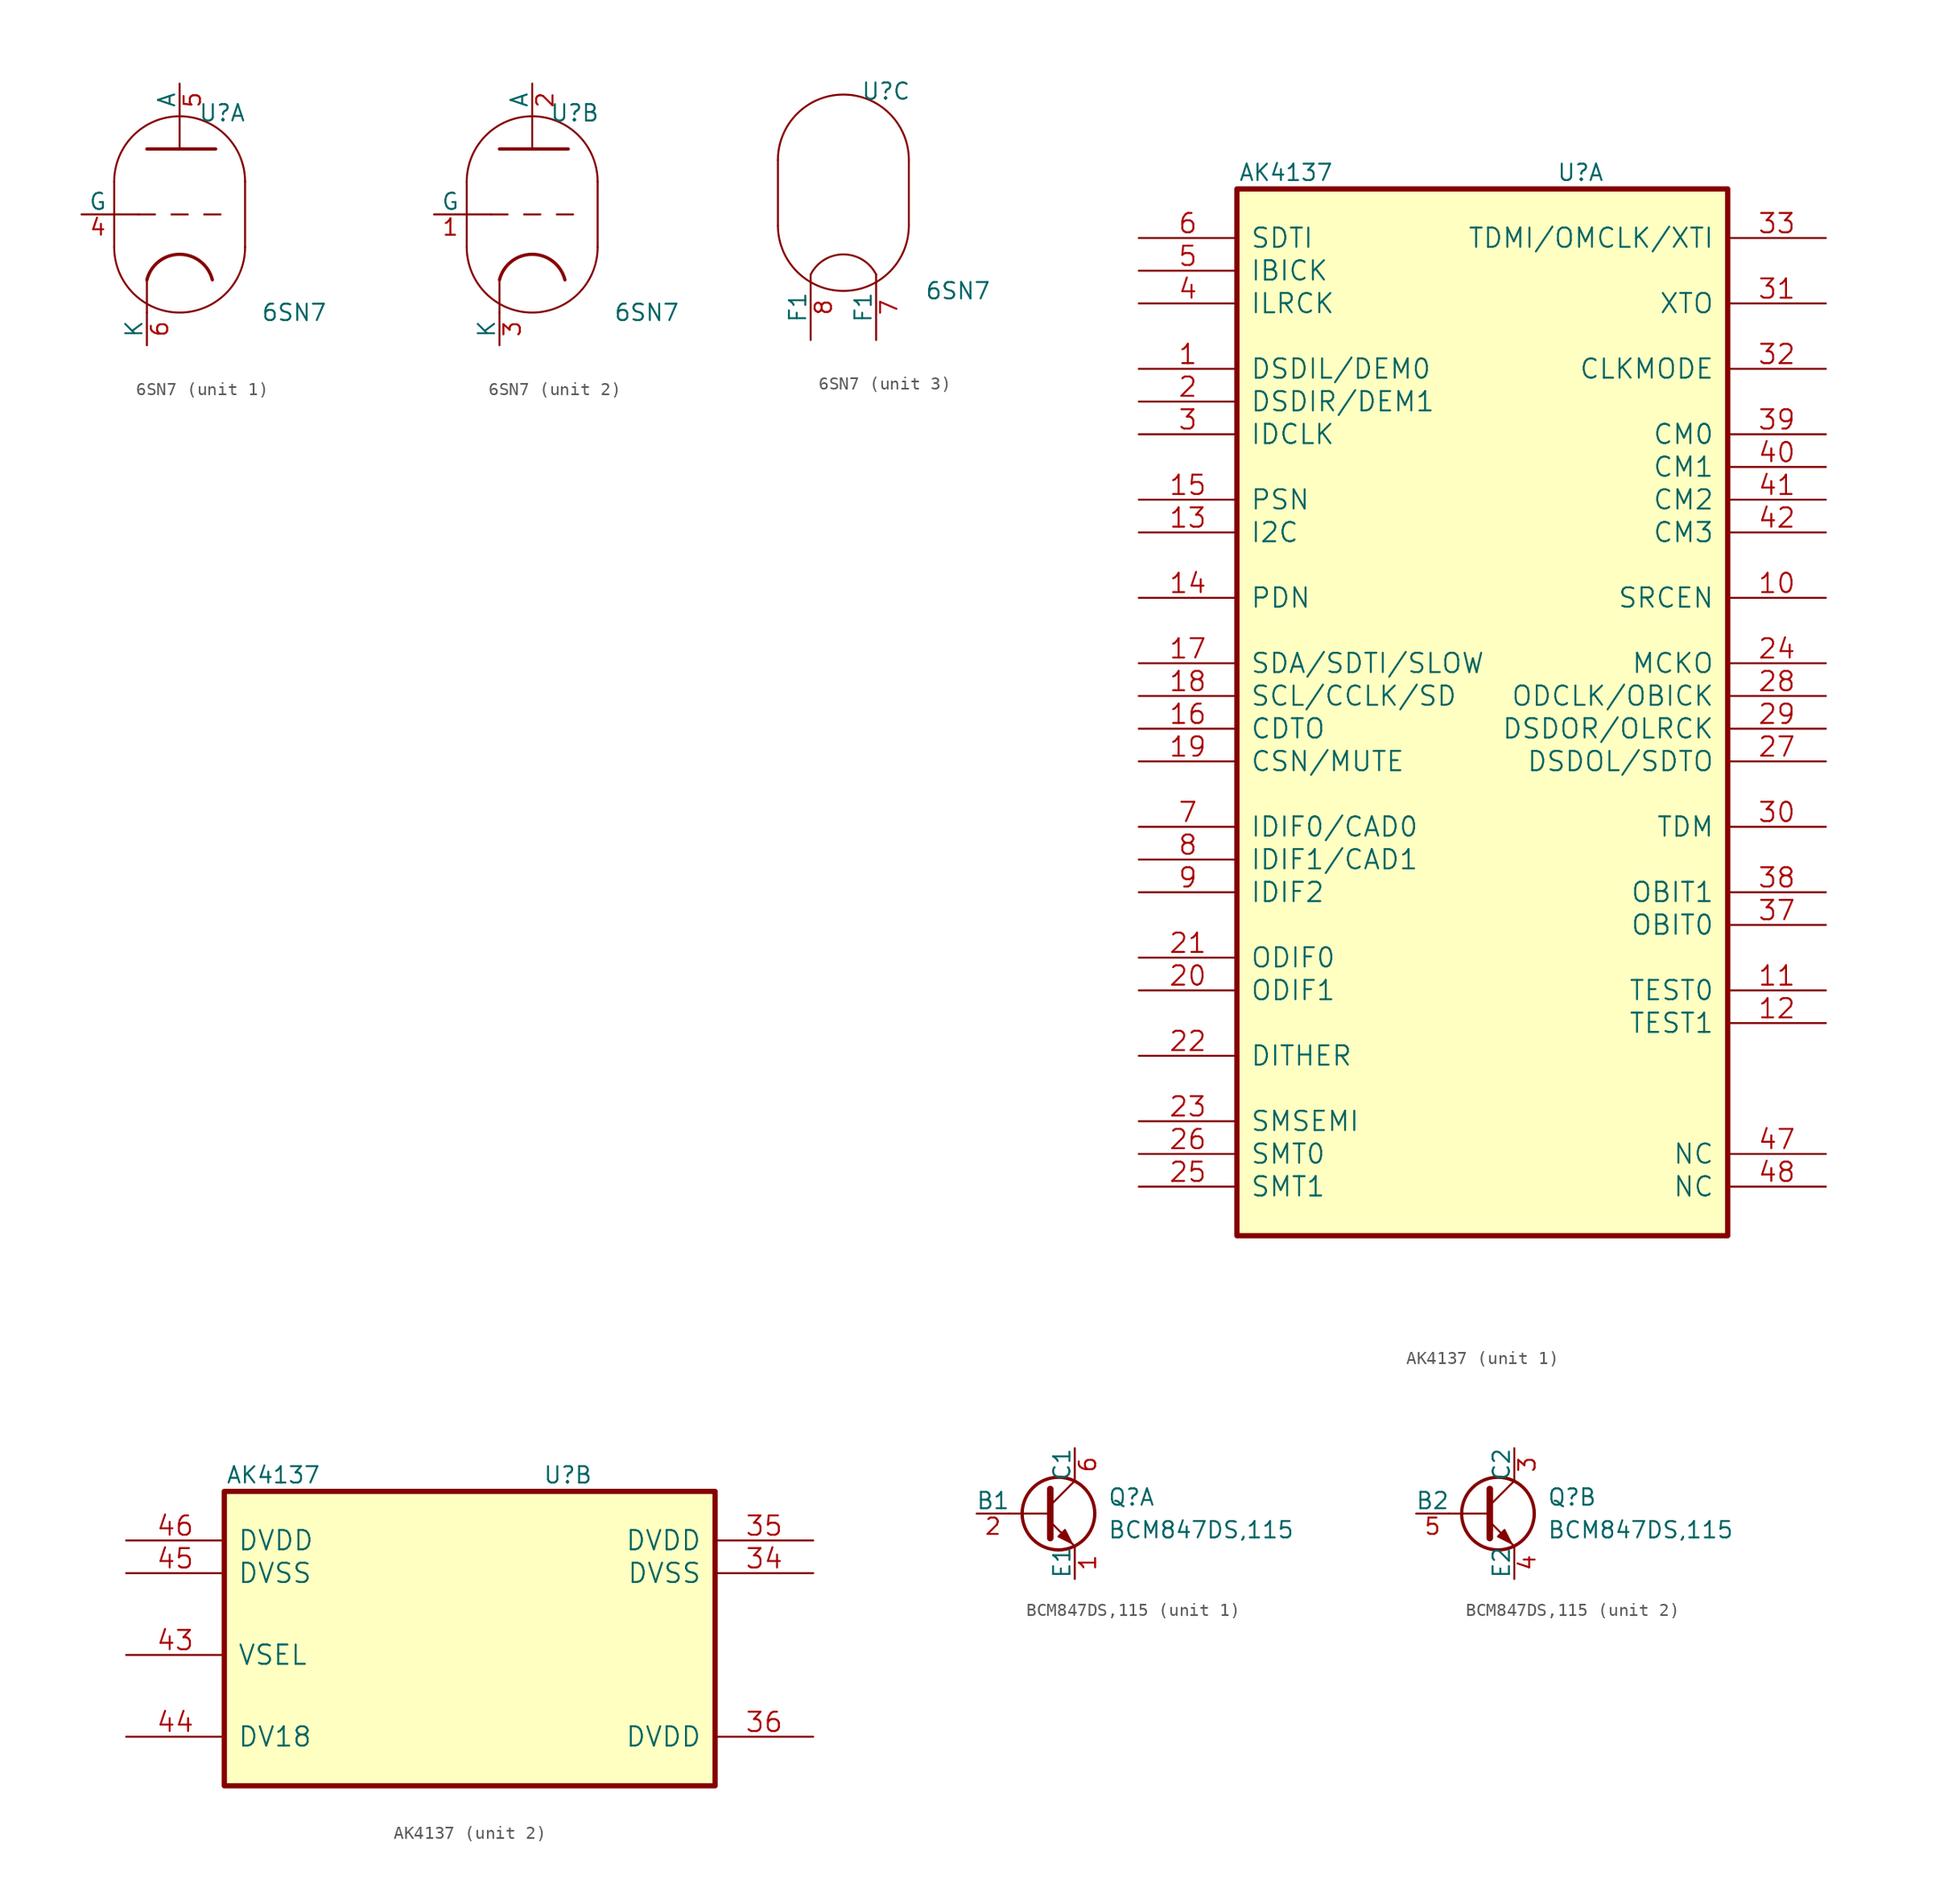
<source format=kicad_sym>
(kicad_symbol_lib
  (version 20231120)
  (generator "kicad_symbol_editor")
  (generator_version "8.0")
  (symbol "6SN7"
    (pin_names
      (offset 0))
    (property "Reference" "U"
      (at 3.302 7.874 0)
      (effects (font (size 1.27 1.27))))
    (property "Value" "6SN7"
      (at 8.89 -7.62 0)
      (effects (font (size 1.27 1.27))))
    (property "ki_locked" ""
      (at 0 0 0)
      (effects (font (size 1.27 1.27))))
    (symbol "6SN7_0_1"
      (arc (start -5.08 -2.54) (mid 0 -7.5979) (end 5.08 -2.54) (stroke (width 0) (type default)) (fill (type none)))
      (polyline (pts (xy 5.08 2.54) (xy 5.08 -2.54)) (stroke (width 0) (type default)) (fill (type none)))
      (polyline (pts (xy -5.08 2.54) (xy -5.08 -2.54) (xy -5.08 -2.54)) (stroke (width 0) (type default)) (fill (type none)))
      (arc (start 5.08 2.54) (mid 0 7.5979) (end -5.08 2.54) (stroke (width 0) (type default)) (fill (type none))))
    (symbol "6SN7_1_0"
      (polyline (pts (xy -2.54 -5.08) (xy -2.54 -7.62)) (stroke (width 0) (type default)) (fill (type none)))
      (polyline (pts (xy 0 5.08) (xy 0 7.62)) (stroke (width 0) (type default)) (fill (type none))))
    (symbol "6SN7_1_1"
      (polyline (pts (xy -5.08 0) (xy -3.175 0)) (stroke (width 0) (type default)) (fill (type none)))
      (polyline (pts (xy -1.905 0) (xy -3.175 0)) (stroke (width 0.152) (type default)) (fill (type none)))
      (polyline (pts (xy -0.635 0) (xy 0.635 0)) (stroke (width 0.152) (type default)) (fill (type none)))
      (polyline (pts (xy 1.905 0) (xy 3.175 0)) (stroke (width 0.152) (type default)) (fill (type none)))
      (polyline (pts (xy -2.54 5.08) (xy 2.794 5.08) (xy 2.794 5.08)) (stroke (width 0.254) (type default)) (fill (type none)))
      (arc (start 2.54 -5.08) (mid 0 -3.0968) (end -2.54 -5.08) (stroke (width 0.254) (type default)) (fill (type none)))
      (pin input line (at -7.62 0 0) (length 2.54) (name "G" (effects (font (size 1.27 1.27)))) (number "4" (effects (font (size 1.27 1.27)))))
      (pin output line (at 0 10.16 270) (length 2.54) (name "A" (effects (font (size 1.27 1.27)))) (number "5" (effects (font (size 1.27 1.27)))))
      (pin bidirectional line (at -2.54 -10.16 90) (length 2.54) (name "K" (effects (font (size 1.27 1.27)))) (number "6" (effects (font (size 1.27 1.27))))))
    (symbol "6SN7_2_0"
      (polyline (pts (xy -2.54 -5.08) (xy -2.54 -7.62)) (stroke (width 0) (type default)) (fill (type none)))
      (polyline (pts (xy 0 5.08) (xy 0 7.62)) (stroke (width 0) (type default)) (fill (type none))))
    (symbol "6SN7_2_1"
      (polyline (pts (xy -5.08 0) (xy -3.175 0)) (stroke (width 0) (type default)) (fill (type none)))
      (polyline (pts (xy -1.905 0) (xy -3.175 0)) (stroke (width 0.152) (type default)) (fill (type none)))
      (polyline (pts (xy -0.635 0) (xy 0.635 0)) (stroke (width 0.152) (type default)) (fill (type none)))
      (polyline (pts (xy 1.905 0) (xy 3.175 0)) (stroke (width 0.152) (type default)) (fill (type none)))
      (polyline (pts (xy -2.54 5.08) (xy 2.794 5.08) (xy 2.794 5.08)) (stroke (width 0.254) (type default)) (fill (type none)))
      (arc (start 2.54 -5.08) (mid 0 -3.0968) (end -2.54 -5.08) (stroke (width 0.254) (type default)) (fill (type none)))
      (pin input line (at -7.62 0 0) (length 2.54) (name "G" (effects (font (size 1.27 1.27)))) (number "1" (effects (font (size 1.27 1.27)))))
      (pin output line (at 0 10.16 270) (length 2.54) (name "A" (effects (font (size 1.27 1.27)))) (number "2" (effects (font (size 1.27 1.27)))))
      (pin bidirectional line (at -2.54 -10.16 90) (length 2.54) (name "K" (effects (font (size 1.27 1.27)))) (number "3" (effects (font (size 1.27 1.27))))))
    (symbol "6SN7_3_1"
      (arc (start 2.54 -6.35) (mid 0 -4.7847) (end -2.54 -6.35) (stroke (width 0) (type default)) (fill (type none)))
      (pin power_in line (at 2.54 -11.43 90) (length 5.08) (name "F1" (effects (font (size 1.27 1.27)))) (number "7" (effects (font (size 1.27 1.27)))))
      (pin power_in line (at -2.54 -11.43 90) (length 5.08) (name "F1" (effects (font (size 1.27 1.27)))) (number "8" (effects (font (size 1.27 1.27)))))))
  (symbol "AK4137"
    (pin_names
      (offset 1.016))
    (property "Reference" "U"
      (at 34.29 5.08 0)
      (effects (font (size 1.27 1.27))))
    (property "Value" "AK4137"
      (at 11.43 5.08 0)
      (effects (font (size 1.27 1.27))))
    (property "ki_locked" ""
      (at 0 0 0)
      (effects (font (size 1.27 1.27))))
    (symbol "AK4137_1_1"
      (rectangle (start 7.62 3.81) (end 45.72 -77.47) (stroke (width 0.406) (type solid)) (fill (type background)))
      (pin input line (at 0 -10.16 0) (length 7.62) (name "DSDIL/DEM0" (effects (font (size 1.499 1.499)))) (number "1" (effects (font (size 1.499 1.499)))))
      (pin input line (at 53.34 -27.94 180) (length 7.62) (name "SRCEN" (effects (font (size 1.499 1.499)))) (number "10" (effects (font (size 1.499 1.499)))))
      (pin input line (at 53.34 -58.42 180) (length 7.62) (name "TEST0" (effects (font (size 1.499 1.499)))) (number "11" (effects (font (size 1.499 1.499)))))
      (pin input line (at 53.34 -60.96 180) (length 7.62) (name "TEST1" (effects (font (size 1.499 1.499)))) (number "12" (effects (font (size 1.499 1.499)))))
      (pin input line (at 0 -22.86 0) (length 7.62) (name "I2C" (effects (font (size 1.499 1.499)))) (number "13" (effects (font (size 1.499 1.499)))))
      (pin input line (at 0 -27.94 0) (length 7.62) (name "PDN" (effects (font (size 1.499 1.499)))) (number "14" (effects (font (size 1.499 1.499)))))
      (pin input line (at 0 -20.32 0) (length 7.62) (name "PSN" (effects (font (size 1.499 1.499)))) (number "15" (effects (font (size 1.499 1.499)))))
      (pin output line (at 0 -38.1 0) (length 7.62) (name "CDTO" (effects (font (size 1.499 1.499)))) (number "16" (effects (font (size 1.499 1.499)))))
      (pin bidirectional line (at 0 -33.02 0) (length 7.62) (name "SDA/SDTI/SLOW" (effects (font (size 1.499 1.499)))) (number "17" (effects (font (size 1.499 1.499)))))
      (pin output line (at 0 -35.56 0) (length 7.62) (name "SCL/CCLK/SD" (effects (font (size 1.499 1.499)))) (number "18" (effects (font (size 1.499 1.499)))))
      (pin input line (at 0 -40.64 0) (length 7.62) (name "CSN/MUTE" (effects (font (size 1.499 1.499)))) (number "19" (effects (font (size 1.499 1.499)))))
      (pin input line (at 0 -12.7 0) (length 7.62) (name "DSDIR/DEM1" (effects (font (size 1.499 1.499)))) (number "2" (effects (font (size 1.499 1.499)))))
      (pin input line (at 0 -58.42 0) (length 7.62) (name "ODIF1" (effects (font (size 1.499 1.499)))) (number "20" (effects (font (size 1.499 1.499)))))
      (pin input line (at 0 -55.88 0) (length 7.62) (name "ODIF0" (effects (font (size 1.499 1.499)))) (number "21" (effects (font (size 1.499 1.499)))))
      (pin input line (at 0 -63.5 0) (length 7.62) (name "DITHER" (effects (font (size 1.499 1.499)))) (number "22" (effects (font (size 1.499 1.499)))))
      (pin input line (at 0 -68.58 0) (length 7.62) (name "SMSEMI" (effects (font (size 1.499 1.499)))) (number "23" (effects (font (size 1.499 1.499)))))
      (pin output line (at 53.34 -33.02 180) (length 7.62) (name "MCKO" (effects (font (size 1.499 1.499)))) (number "24" (effects (font (size 1.499 1.499)))))
      (pin input line (at 0 -73.66 0) (length 7.62) (name "SMT1" (effects (font (size 1.499 1.499)))) (number "25" (effects (font (size 1.499 1.499)))))
      (pin input line (at 0 -71.12 0) (length 7.62) (name "SMT0" (effects (font (size 1.499 1.499)))) (number "26" (effects (font (size 1.499 1.499)))))
      (pin output line (at 53.34 -40.64 180) (length 7.62) (name "DSDOL/SDTO" (effects (font (size 1.499 1.499)))) (number "27" (effects (font (size 1.499 1.499)))))
      (pin output line (at 53.34 -35.56 180) (length 7.62) (name "ODCLK/OBICK" (effects (font (size 1.499 1.499)))) (number "28" (effects (font (size 1.499 1.499)))))
      (pin output line (at 53.34 -38.1 180) (length 7.62) (name "DSDOR/OLRCK" (effects (font (size 1.499 1.499)))) (number "29" (effects (font (size 1.499 1.499)))))
      (pin input line (at 0 -15.24 0) (length 7.62) (name "IDCLK" (effects (font (size 1.499 1.499)))) (number "3" (effects (font (size 1.499 1.499)))))
      (pin input line (at 53.34 -45.72 180) (length 7.62) (name "TDM" (effects (font (size 1.499 1.499)))) (number "30" (effects (font (size 1.499 1.499)))))
      (pin output line (at 53.34 -5.08 180) (length 7.62) (name "XTO" (effects (font (size 1.499 1.499)))) (number "31" (effects (font (size 1.499 1.499)))))
      (pin input line (at 53.34 -10.16 180) (length 7.62) (name "CLKMODE" (effects (font (size 1.499 1.499)))) (number "32" (effects (font (size 1.499 1.499)))))
      (pin input line (at 53.34 0 180) (length 7.62) (name "TDMI/OMCLK/XTI" (effects (font (size 1.499 1.499)))) (number "33" (effects (font (size 1.499 1.499)))))
      (pin input line (at 53.34 -53.34 180) (length 7.62) (name "OBIT0" (effects (font (size 1.499 1.499)))) (number "37" (effects (font (size 1.499 1.499)))))
      (pin input line (at 53.34 -50.8 180) (length 7.62) (name "OBIT1" (effects (font (size 1.499 1.499)))) (number "38" (effects (font (size 1.499 1.499)))))
      (pin input line (at 53.34 -15.24 180) (length 7.62) (name "CM0" (effects (font (size 1.499 1.499)))) (number "39" (effects (font (size 1.499 1.499)))))
      (pin input line (at 0 -5.08 0) (length 7.62) (name "ILRCK" (effects (font (size 1.499 1.499)))) (number "4" (effects (font (size 1.499 1.499)))))
      (pin input line (at 53.34 -17.78 180) (length 7.62) (name "CM1" (effects (font (size 1.499 1.499)))) (number "40" (effects (font (size 1.499 1.499)))))
      (pin input line (at 53.34 -20.32 180) (length 7.62) (name "CM2" (effects (font (size 1.499 1.499)))) (number "41" (effects (font (size 1.499 1.499)))))
      (pin input line (at 53.34 -22.86 180) (length 7.62) (name "CM3" (effects (font (size 1.499 1.499)))) (number "42" (effects (font (size 1.499 1.499)))))
      (pin passive line (at 53.34 -71.12 180) (length 7.62) (name "NC" (effects (font (size 1.499 1.499)))) (number "47" (effects (font (size 1.499 1.499)))))
      (pin passive line (at 53.34 -73.66 180) (length 7.62) (name "NC" (effects (font (size 1.499 1.499)))) (number "48" (effects (font (size 1.499 1.499)))))
      (pin input line (at 0 -2.54 0) (length 7.62) (name "IBICK" (effects (font (size 1.499 1.499)))) (number "5" (effects (font (size 1.499 1.499)))))
      (pin input line (at 0 0 0) (length 7.62) (name "SDTI" (effects (font (size 1.499 1.499)))) (number "6" (effects (font (size 1.499 1.499)))))
      (pin input line (at 0 -45.72 0) (length 7.62) (name "IDIF0/CAD0" (effects (font (size 1.499 1.499)))) (number "7" (effects (font (size 1.499 1.499)))))
      (pin input line (at 0 -48.26 0) (length 7.62) (name "IDIF1/CAD1" (effects (font (size 1.499 1.499)))) (number "8" (effects (font (size 1.499 1.499)))))
      (pin input line (at 0 -50.8 0) (length 7.62) (name "IDIF2" (effects (font (size 1.499 1.499)))) (number "9" (effects (font (size 1.499 1.499))))))
    (symbol "AK4137_2_1"
      (rectangle (start 7.62 3.81) (end 45.72 -19.05) (stroke (width 0.406) (type solid)) (fill (type background)))
      (pin power_in line (at 53.34 -2.54 180) (length 7.62) (name "DVSS" (effects (font (size 1.499 1.499)))) (number "34" (effects (font (size 1.499 1.499)))))
      (pin power_in line (at 53.34 0 180) (length 7.62) (name "DVDD" (effects (font (size 1.499 1.499)))) (number "35" (effects (font (size 1.499 1.499)))))
      (pin power_in line (at 53.34 -15.24 180) (length 7.62) (name "DVDD" (effects (font (size 1.499 1.499)))) (number "36" (effects (font (size 1.499 1.499)))))
      (pin input line (at 0 -8.89 0) (length 7.62) (name "VSEL" (effects (font (size 1.499 1.499)))) (number "43" (effects (font (size 1.499 1.499)))))
      (pin power_in line (at 0 -15.24 0) (length 7.62) (name "DV18" (effects (font (size 1.499 1.499)))) (number "44" (effects (font (size 1.499 1.499)))))
      (pin power_in line (at 0 -2.54 0) (length 7.62) (name "DVSS" (effects (font (size 1.499 1.499)))) (number "45" (effects (font (size 1.499 1.499)))))
      (pin power_in line (at 0 0 0) (length 7.62) (name "DVDD" (effects (font (size 1.499 1.499)))) (number "46" (effects (font (size 1.499 1.499)))))))
  (symbol "BCM847DS,115"
    (pin_names
      (offset 0))
    (property "Reference" "Q"
      (at 5.08 1.27 0)
      (effects (font (size 1.27 1.27)) (justify left)))
    (property "Value" "BCM847DS,115"
      (at 5.08 -1.27 0)
      (effects (font (size 1.27 1.27)) (justify left)))
    (symbol "BCM847DS,115_0_1"
      (polyline (pts (xy 0.635 0) (xy -2.54 0)) (stroke (width 0) (type solid)) (fill (type none)))
      (polyline (pts (xy 0.635 0.635) (xy 2.54 2.54)) (stroke (width 0) (type solid)) (fill (type none)))
      (polyline (pts (xy 0.635 -0.635) (xy 2.54 -2.54) (xy 2.54 -2.54)) (stroke (width 0) (type solid)) (fill (type none)))
      (polyline (pts (xy 0.635 1.905) (xy 0.635 -1.905) (xy 0.635 -1.905)) (stroke (width 0.508) (type solid)) (fill (type none)))
      (polyline (pts (xy 1.27 -1.778) (xy 1.778 -1.27) (xy 2.286 -2.286) (xy 1.27 -1.778) (xy 1.27 -1.778)) (stroke (width 0) (type solid)) (fill (type outline)))
      (circle (center 1.27 0) (radius 2.819) (stroke (width 0.254) (type solid)) (fill (type none))))
    (symbol "BCM847DS,115_1_1"
      (pin passive line (at 2.54 -5.08 90) (length 2.54) (name "E1" (effects (font (size 1.27 1.27)))) (number "1" (effects (font (size 1.27 1.27)))))
      (pin input line (at -5.08 0 0) (length 2.54) (name "B1" (effects (font (size 1.27 1.27)))) (number "2" (effects (font (size 1.27 1.27)))))
      (pin passive line (at 2.54 5.08 270) (length 2.54) (name "C1" (effects (font (size 1.27 1.27)))) (number "6" (effects (font (size 1.27 1.27))))))
    (symbol "BCM847DS,115_2_1"
      (pin passive line (at 2.54 5.08 270) (length 2.54) (name "C2" (effects (font (size 1.27 1.27)))) (number "3" (effects (font (size 1.27 1.27)))))
      (pin passive line (at 2.54 -5.08 90) (length 2.54) (name "E2" (effects (font (size 1.27 1.27)))) (number "4" (effects (font (size 1.27 1.27)))))
      (pin input line (at -5.08 0 0) (length 2.54) (name "B2" (effects (font (size 1.27 1.27)))) (number "5" (effects (font (size 1.27 1.27))))))))
</source>
